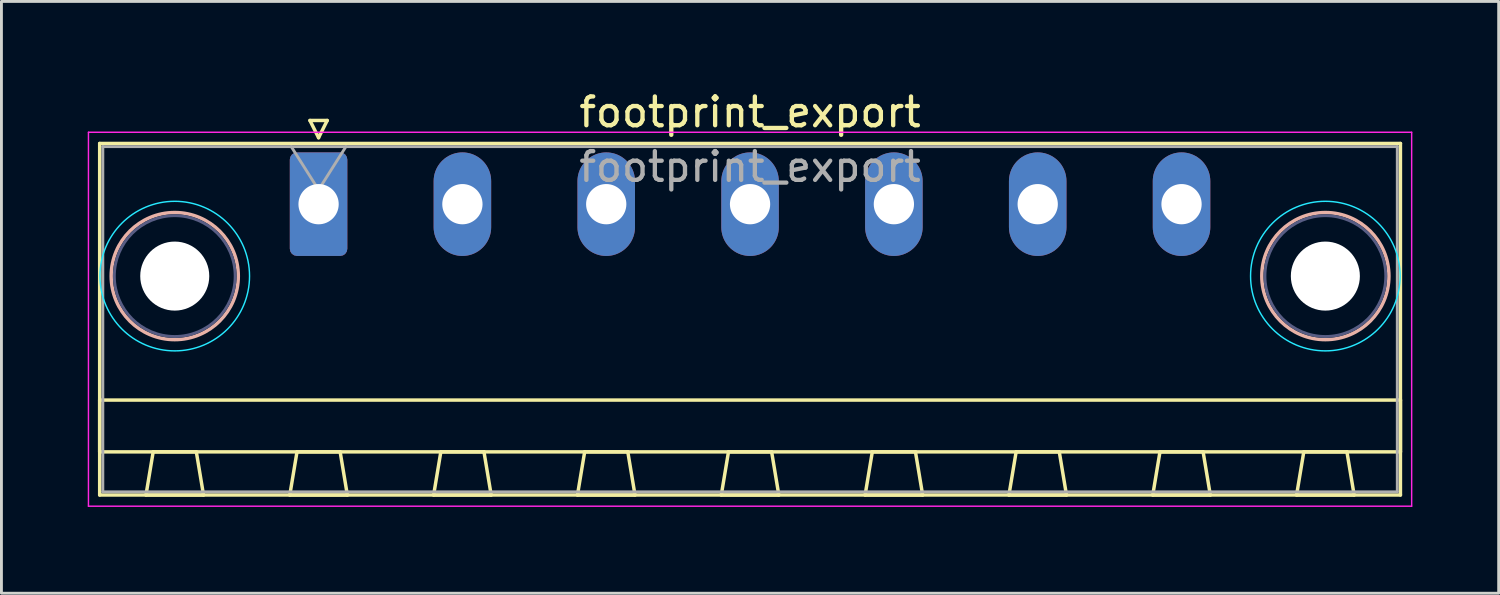
<source format=kicad_pcb>
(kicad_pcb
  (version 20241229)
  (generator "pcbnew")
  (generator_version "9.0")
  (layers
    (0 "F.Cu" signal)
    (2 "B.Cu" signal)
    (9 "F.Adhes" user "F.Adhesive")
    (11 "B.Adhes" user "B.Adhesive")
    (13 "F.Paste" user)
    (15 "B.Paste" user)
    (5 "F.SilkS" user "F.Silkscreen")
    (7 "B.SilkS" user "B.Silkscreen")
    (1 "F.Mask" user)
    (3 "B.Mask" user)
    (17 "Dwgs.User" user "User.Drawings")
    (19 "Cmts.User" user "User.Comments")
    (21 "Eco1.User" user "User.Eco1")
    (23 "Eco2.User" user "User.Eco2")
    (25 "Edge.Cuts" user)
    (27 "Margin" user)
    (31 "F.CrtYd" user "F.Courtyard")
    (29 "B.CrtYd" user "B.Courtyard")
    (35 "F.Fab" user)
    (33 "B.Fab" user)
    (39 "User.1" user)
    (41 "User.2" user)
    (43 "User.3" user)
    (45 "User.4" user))
  (footprint "footprint_export"
    (layer "F.Cu")
    (at 8.025 4.048)
    (property "Reference" "footprint_export" (at 15 -3.2 0) (layer "F.SilkS") (effects (font (size 1 1) (thickness 0.15))))
    (attr through_hole)
    (fp_line (start -7.61 -2.11) (end -7.61 10.11) (stroke (width 0.12) (type solid)) (layer "F.SilkS"))
    (fp_line (start -7.61 6.81) (end 37.61 6.81) (stroke (width 0.12) (type solid)) (layer "F.SilkS"))
    (fp_line (start -7.61 8.61) (end -7.61 6.81) (stroke (width 0.12) (type solid)) (layer "F.SilkS"))
    (fp_line (start -7.61 10.11) (end 37.61 10.11) (stroke (width 0.12) (type solid)) (layer "F.SilkS"))
    (fp_line (start -6 10.11) (end -4 10.11) (stroke (width 0.12) (type solid)) (layer "F.SilkS"))
    (fp_line (start -5.75 8.61) (end -6 10.11) (stroke (width 0.12) (type solid)) (layer "F.SilkS"))
    (fp_line (start -4.25 8.61) (end -5.75 8.61) (stroke (width 0.12) (type solid)) (layer "F.SilkS"))
    (fp_line (start -4 10.11) (end -4.25 8.61) (stroke (width 0.12) (type solid)) (layer "F.SilkS"))
    (fp_line (start -1 10.11) (end 1 10.11) (stroke (width 0.12) (type solid)) (layer "F.SilkS"))
    (fp_line (start -0.75 8.61) (end -1 10.11) (stroke (width 0.12) (type solid)) (layer "F.SilkS"))
    (fp_line (start -0.3 -2.91) (end 0.3 -2.91) (stroke (width 0.12) (type solid)) (layer "F.SilkS"))
    (fp_line (start 0 -2.31) (end -0.3 -2.91) (stroke (width 0.12) (type solid)) (layer "F.SilkS"))
    (fp_line (start 0.3 -2.91) (end 0 -2.31) (stroke (width 0.12) (type solid)) (layer "F.SilkS"))
    (fp_line (start 0.75 8.61) (end -0.75 8.61) (stroke (width 0.12) (type solid)) (layer "F.SilkS"))
    (fp_line (start 1 10.11) (end 0.75 8.61) (stroke (width 0.12) (type solid)) (layer "F.SilkS"))
    (fp_line (start 4 10.11) (end 6 10.11) (stroke (width 0.12) (type solid)) (layer "F.SilkS"))
    (fp_line (start 4.25 8.61) (end 4 10.11) (stroke (width 0.12) (type solid)) (layer "F.SilkS"))
    (fp_line (start 5.75 8.61) (end 4.25 8.61) (stroke (width 0.12) (type solid)) (layer "F.SilkS"))
    (fp_line (start 6 10.11) (end 5.75 8.61) (stroke (width 0.12) (type solid)) (layer "F.SilkS"))
    (fp_line (start 9 10.11) (end 11 10.11) (stroke (width 0.12) (type solid)) (layer "F.SilkS"))
    (fp_line (start 9.25 8.61) (end 9 10.11) (stroke (width 0.12) (type solid)) (layer "F.SilkS"))
    (fp_line (start 10.75 8.61) (end 9.25 8.61) (stroke (width 0.12) (type solid)) (layer "F.SilkS"))
    (fp_line (start 11 10.11) (end 10.75 8.61) (stroke (width 0.12) (type solid)) (layer "F.SilkS"))
    (fp_line (start 14 10.11) (end 16 10.11) (stroke (width 0.12) (type solid)) (layer "F.SilkS"))
    (fp_line (start 14.25 8.61) (end 14 10.11) (stroke (width 0.12) (type solid)) (layer "F.SilkS"))
    (fp_line (start 15.75 8.61) (end 14.25 8.61) (stroke (width 0.12) (type solid)) (layer "F.SilkS"))
    (fp_line (start 16 10.11) (end 15.75 8.61) (stroke (width 0.12) (type solid)) (layer "F.SilkS"))
    (fp_line (start 19 10.11) (end 21 10.11) (stroke (width 0.12) (type solid)) (layer "F.SilkS"))
    (fp_line (start 19.25 8.61) (end 19 10.11) (stroke (width 0.12) (type solid)) (layer "F.SilkS"))
    (fp_line (start 20.75 8.61) (end 19.25 8.61) (stroke (width 0.12) (type solid)) (layer "F.SilkS"))
    (fp_line (start 21 10.11) (end 20.75 8.61) (stroke (width 0.12) (type solid)) (layer "F.SilkS"))
    (fp_line (start 24 10.11) (end 26 10.11) (stroke (width 0.12) (type solid)) (layer "F.SilkS"))
    (fp_line (start 24.25 8.61) (end 24 10.11) (stroke (width 0.12) (type solid)) (layer "F.SilkS"))
    (fp_line (start 25.75 8.61) (end 24.25 8.61) (stroke (width 0.12) (type solid)) (layer "F.SilkS"))
    (fp_line (start 26 10.11) (end 25.75 8.61) (stroke (width 0.12) (type solid)) (layer "F.SilkS"))
    (fp_line (start 29 10.11) (end 31 10.11) (stroke (width 0.12) (type solid)) (layer "F.SilkS"))
    (fp_line (start 29.25 8.61) (end 29 10.11) (stroke (width 0.12) (type solid)) (layer "F.SilkS"))
    (fp_line (start 30.75 8.61) (end 29.25 8.61) (stroke (width 0.12) (type solid)) (layer "F.SilkS"))
    (fp_line (start 31 10.11) (end 30.75 8.61) (stroke (width 0.12) (type solid)) (layer "F.SilkS"))
    (fp_line (start 34 10.11) (end 36 10.11) (stroke (width 0.12) (type solid)) (layer "F.SilkS"))
    (fp_line (start 34.25 8.61) (end 34 10.11) (stroke (width 0.12) (type solid)) (layer "F.SilkS"))
    (fp_line (start 35.75 8.61) (end 34.25 8.61) (stroke (width 0.12) (type solid)) (layer "F.SilkS"))
    (fp_line (start 36 10.11) (end 35.75 8.61) (stroke (width 0.12) (type solid)) (layer "F.SilkS"))
    (fp_line (start 37.61 -2.11) (end -7.61 -2.11) (stroke (width 0.12) (type solid)) (layer "F.SilkS"))
    (fp_line (start 37.61 6.81) (end 37.61 8.61) (stroke (width 0.12) (type solid)) (layer "F.SilkS"))
    (fp_line (start 37.61 8.61) (end -7.61 8.61) (stroke (width 0.12) (type solid)) (layer "F.SilkS"))
    (fp_line (start 37.61 10.11) (end 37.61 -2.11) (stroke (width 0.12) (type solid)) (layer "F.SilkS"))
    (fp_circle (center -5 2.5) (end -2.79 2.5) (stroke (width 0.12) (type solid)) (fill no) (layer "B.SilkS"))
    (fp_circle (center 35 2.5) (end 37.21 2.5) (stroke (width 0.12) (type solid)) (fill no) (layer "B.SilkS"))
    (fp_circle (center -5 2.5) (end -2.4 2.5) (stroke (width 0.05) (type solid)) (fill no) (layer "B.CrtYd"))
    (fp_circle (center 35 2.5) (end 37.6 2.5) (stroke (width 0.05) (type solid)) (fill no) (layer "B.CrtYd"))
    (fp_line (start -8 -2.5) (end -8 10.5) (stroke (width 0.05) (type solid)) (layer "F.CrtYd"))
    (fp_line (start -8 10.5) (end 38 10.5) (stroke (width 0.05) (type solid)) (layer "F.CrtYd"))
    (fp_line (start 38 -2.5) (end -8 -2.5) (stroke (width 0.05) (type solid)) (layer "F.CrtYd"))
    (fp_line (start 38 10.5) (end 38 -2.5) (stroke (width 0.05) (type solid)) (layer "F.CrtYd"))
    (fp_circle (center -5 2.5) (end -2.9 2.5) (stroke (width 0.1) (type solid)) (fill no) (layer "B.Fab"))
    (fp_circle (center 35 2.5) (end 37.1 2.5) (stroke (width 0.1) (type solid)) (fill no) (layer "B.Fab"))
    (fp_line (start -7.5 -2) (end -7.5 10) (stroke (width 0.1) (type solid)) (layer "F.Fab"))
    (fp_line (start -7.5 10) (end 37.5 10) (stroke (width 0.1) (type solid)) (layer "F.Fab"))
    (fp_line (start 0 -0.5) (end -0.95 -2) (stroke (width 0.1) (type solid)) (layer "F.Fab"))
    (fp_line (start 0.95 -2) (end 0 -0.5) (stroke (width 0.1) (type solid)) (layer "F.Fab"))
    (fp_line (start 37.5 -2) (end -7.5 -2) (stroke (width 0.1) (type solid)) (layer "F.Fab"))
    (fp_line (start 37.5 10) (end 37.5 -2) (stroke (width 0.1) (type solid)) (layer "F.Fab"))
    (fp_text user "${REFERENCE}" (at 15 -1.3 0) (layer "F.Fab") (effects (font (size 1 1) (thickness 0.15))))
    (pad "" np_thru_hole circle (at -5 2.5) (size 2.4 2.4) (drill 2.4) (layers "*.Cu" "*.Mask"))
    (pad "" np_thru_hole circle (at 35 2.5) (size 2.4 2.4) (drill 2.4) (layers "*.Cu" "*.Mask"))
    (pad "1" thru_hole roundrect (at 0 0) (size 2 3.6) (drill 1.4) (layers "*.Cu" "*.Mask") (roundrect_rratio 0.125))
    (pad "2" thru_hole oval (at 5 0) (size 2 3.6) (drill 1.4) (layers "*.Cu" "*.Mask"))
    (pad "3" thru_hole oval (at 10 0) (size 2 3.6) (drill 1.4) (layers "*.Cu" "*.Mask"))
    (pad "4" thru_hole oval (at 15 0) (size 2 3.6) (drill 1.4) (layers "*.Cu" "*.Mask"))
    (pad "5" thru_hole oval (at 20 0) (size 2 3.6) (drill 1.4) (layers "*.Cu" "*.Mask"))
    (pad "6" thru_hole oval (at 25 0) (size 2 3.6) (drill 1.4) (layers "*.Cu" "*.Mask"))
    (pad "7" thru_hole oval (at 30 0) (size 2 3.6) (drill 1.4) (layers "*.Cu" "*.Mask")))
  (gr_rect
    (start -3 -3)
    (end 49.05 17.573)
    (stroke (width 0.1) (type default))
    (fill no)
    (layer "Edge.Cuts")))
</source>
